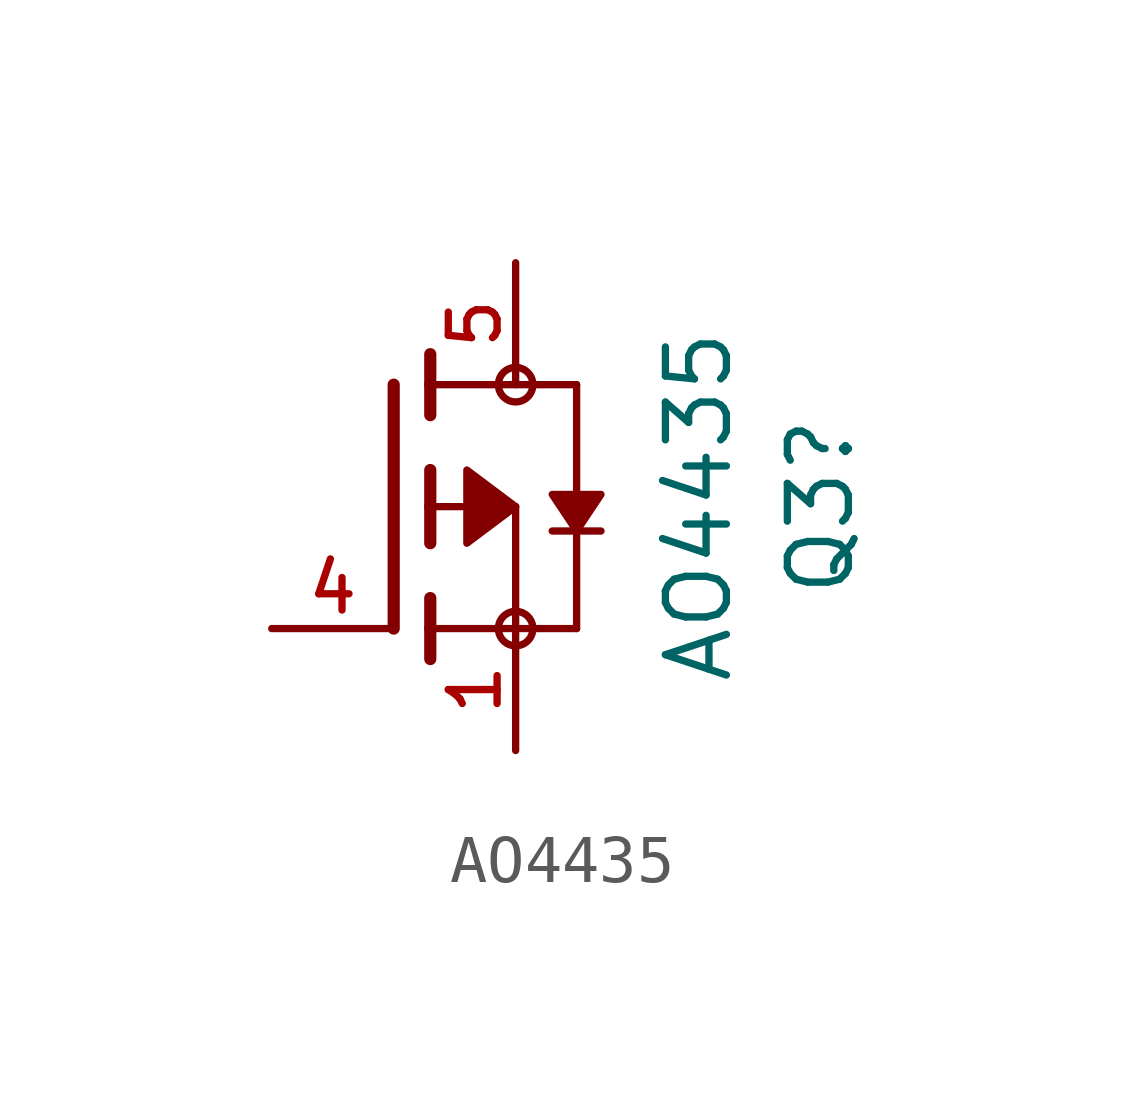
<source format=kicad_sym>
(kicad_symbol_lib
  (version 20241209)
  (generator "kicad_symbol_editor")
  (generator_version "9.0")
  (symbol "AO4435"
    (pin_names
      (offset 1.016))
    (property "Reference" "Q3"
      (at 6.35 0 90)
      (effects (font (size 1.27 1.27))))
    (property "Value" "AO4435"
      (at 3.81 0 90)
      (effects (font (size 1.27 1.27))))
    (symbol "AO4435_0_0"
      (polyline (pts (xy -2.54 2.54) (xy -2.54 -2.54)) (stroke (width 0.254) (type default)) (fill (type none)))
      (polyline (pts (xy -1.778 3.175) (xy -1.778 2.54)) (stroke (width 0.254) (type default)) (fill (type none)))
      (polyline (pts (xy -1.778 2.54) (xy -1.778 1.905)) (stroke (width 0.254) (type default)) (fill (type none)))
      (polyline (pts (xy -1.778 2.54) (xy 1.27 2.54)) (stroke (width 0.152) (type default)) (fill (type none)))
      (polyline (pts (xy -1.778 0.762) (xy -1.778 0)) (stroke (width 0.254) (type default)) (fill (type none)))
      (polyline (pts (xy -1.778 0) (xy -1.778 -0.762)) (stroke (width 0.254) (type default)) (fill (type none)))
      (polyline (pts (xy -1.778 0) (xy 0 0)) (stroke (width 0.152) (type default)) (fill (type none)))
      (polyline (pts (xy -1.778 -1.905) (xy -1.778 -2.54)) (stroke (width 0.254) (type default)) (fill (type none)))
      (polyline (pts (xy -1.778 -2.54) (xy -1.778 -3.175)) (stroke (width 0.254) (type default)) (fill (type none)))
      (circle (center 0 2.54) (radius 0.359) (stroke (width 0) (type default)) (fill (type none)))
      (polyline (pts (xy 0 0) (xy 0 -2.54)) (stroke (width 0.152) (type default)) (fill (type none)))
      (polyline (pts (xy 0 0) (xy -1.016 -0.762) (xy -1.016 0.762) (xy 0 0)) (stroke (width 0.152) (type default)) (fill (type outline)))
      (polyline (pts (xy 0 -2.54) (xy -1.778 -2.54)) (stroke (width 0.152) (type default)) (fill (type none)))
      (polyline (pts (xy 0 -2.54) (xy 1.27 -2.54)) (stroke (width 0.152) (type default)) (fill (type none)))
      (circle (center 0 -2.54) (radius 0.359) (stroke (width 0) (type default)) (fill (type none)))
      (polyline (pts (xy 0.762 -0.508) (xy 1.27 -0.508)) (stroke (width 0.152) (type default)) (fill (type none)))
      (polyline (pts (xy 1.27 2.54) (xy 1.27 -0.508)) (stroke (width 0.152) (type default)) (fill (type none)))
      (polyline (pts (xy 1.27 -0.508) (xy 1.27 -2.54)) (stroke (width 0.152) (type default)) (fill (type none)))
      (polyline (pts (xy 1.27 -0.508) (xy 1.778 -0.508)) (stroke (width 0.152) (type default)) (fill (type none)))
      (polyline (pts (xy 1.27 -0.508) (xy 1.778 0.254) (xy 0.762 0.254) (xy 1.27 -0.508)) (stroke (width 0.152) (type default)) (fill (type outline)))
      (pin passive line (at -5.08 -2.54 0) (length 2.54) (name "~" (effects (font (size 1.016 1.016)))) (number "4" (effects (font (size 1.016 1.016)))))
      (pin passive line (at 0 5.08 270) (length 2.54) (name "~" (effects (font (size 1.016 1.016)))) (number "5" (effects (font (size 1.016 1.016)))))
      (pin passive line (at 0 5.08 270) (length 2.54) (hide yes) (name "~" (effects (font (size 1.016 1.016)))) (number "6" (effects (font (size 1.016 1.016)))))
      (pin passive line (at 0 5.08 270) (length 2.54) (hide yes) (name "~" (effects (font (size 1.016 1.016)))) (number "7" (effects (font (size 1.016 1.016)))))
      (pin passive line (at 0 5.08 270) (length 2.54) (hide yes) (name "~" (effects (font (size 1.016 1.016)))) (number "8" (effects (font (size 1.016 1.016)))))
      (pin passive line (at 0 -5.08 90) (length 2.54) (name "~" (effects (font (size 1.016 1.016)))) (number "1" (effects (font (size 1.016 1.016)))))
      (pin passive line (at 0 -5.08 90) (length 2.54) (hide yes) (name "~" (effects (font (size 1.016 1.016)))) (number "2" (effects (font (size 1.016 1.016)))))
      (pin passive line (at 0 -5.08 90) (length 2.54) (hide yes) (name "~" (effects (font (size 1.016 1.016)))) (number "3" (effects (font (size 1.016 1.016))))))))
</source>
